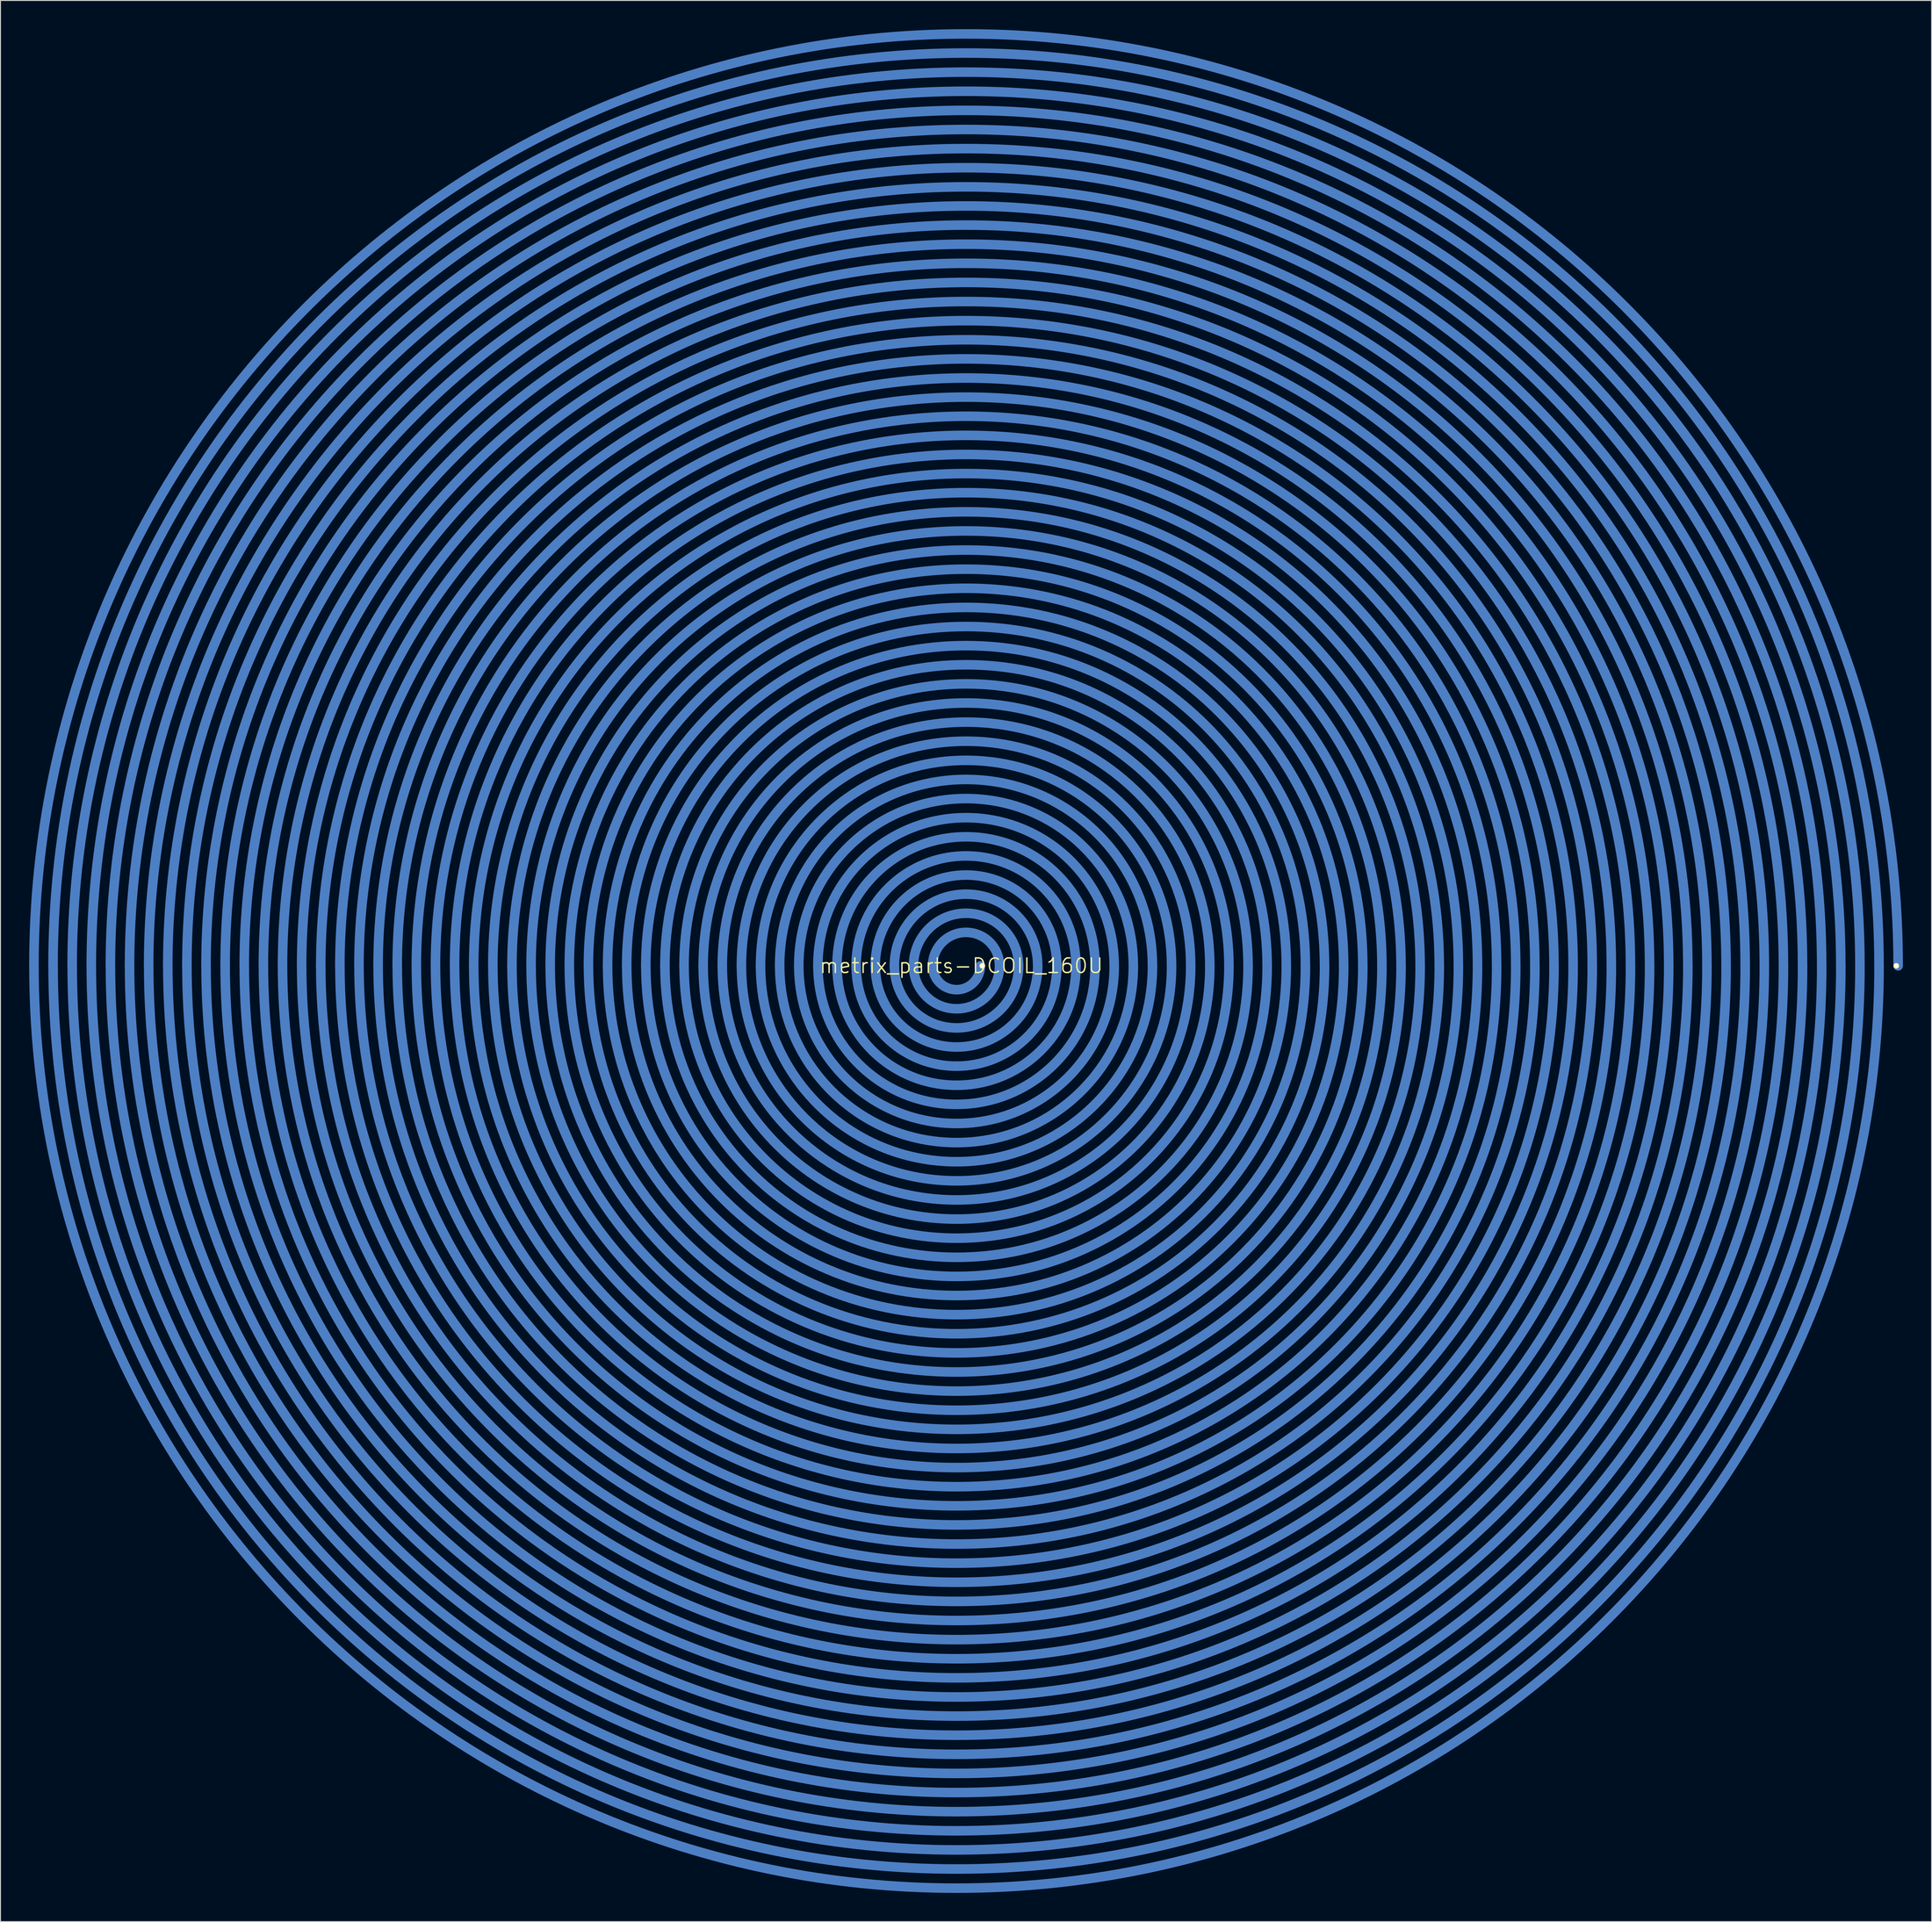
<source format=kicad_pcb>
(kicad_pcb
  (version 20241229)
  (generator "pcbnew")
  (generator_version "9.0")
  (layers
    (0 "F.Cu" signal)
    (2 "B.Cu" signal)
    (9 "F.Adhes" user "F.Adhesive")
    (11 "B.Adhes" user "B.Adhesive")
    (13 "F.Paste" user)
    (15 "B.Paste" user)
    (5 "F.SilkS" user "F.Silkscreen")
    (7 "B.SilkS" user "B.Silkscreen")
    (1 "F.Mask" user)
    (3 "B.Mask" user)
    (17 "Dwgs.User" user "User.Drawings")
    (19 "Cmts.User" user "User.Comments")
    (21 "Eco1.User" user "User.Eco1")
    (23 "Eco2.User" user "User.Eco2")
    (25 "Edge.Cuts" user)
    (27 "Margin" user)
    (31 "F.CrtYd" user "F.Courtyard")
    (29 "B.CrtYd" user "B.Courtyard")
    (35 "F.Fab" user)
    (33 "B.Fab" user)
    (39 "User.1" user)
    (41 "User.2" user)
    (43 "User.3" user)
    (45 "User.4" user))
  (footprint "metrix_parts-DCOIL_160U"
    (layer "F.Cu")
    (at 97.497 97.994)
    (property "Reference" "metrix_parts-DCOIL_160U" (at 0 0 0) (layer "F.SilkS") (effects (font (size 1.524 1.524) (thickness 0.15))))
    (attr through_hole)
    (fp_arc (start -96.9975 0) (mid 0.4978 -97.4953) (end 97.9931 0) (stroke (width 0.9982) (type solid)) (layer "B.Cu"))
    (fp_arc (start -94.9985 0) (mid 0.4978 -95.4963) (end 95.9941 0) (stroke (width 0.9982) (type solid)) (layer "B.Cu"))
    (fp_arc (start -92.9996 0) (mid 0.4978 -93.4974) (end 93.9952 0) (stroke (width 0.9982) (type solid)) (layer "B.Cu"))
    (fp_arc (start -90.998 0) (mid 0.4978 -91.4958) (end 91.9936 0) (stroke (width 0.9982) (type solid)) (layer "B.Cu"))
    (fp_arc (start -88.9991 0) (mid 0.4978 -89.4969) (end 89.9947 0) (stroke (width 0.9982) (type solid)) (layer "B.Cu"))
    (fp_arc (start -86.9975 0) (mid 0.4978 -87.4953) (end 87.9931 0) (stroke (width 0.9982) (type solid)) (layer "B.Cu"))
    (fp_arc (start -84.9986 0) (mid 0.4978 -85.4964) (end 85.9942 0) (stroke (width 0.9982) (type solid)) (layer "B.Cu"))
    (fp_arc (start -82.9996 0) (mid 0.4978 -83.4974) (end 83.9952 0) (stroke (width 0.9982) (type solid)) (layer "B.Cu"))
    (fp_arc (start -80.9981 0) (mid 0.4978 -81.4959) (end 81.9937 0) (stroke (width 0.9982) (type solid)) (layer "B.Cu"))
    (fp_arc (start -78.9991 0) (mid 0.4978 -79.4969) (end 79.9947 0) (stroke (width 0.9982) (type solid)) (layer "B.Cu"))
    (fp_arc (start -76.9976 0) (mid 0.4978 -77.4954) (end 77.9932 0) (stroke (width 0.9982) (type solid)) (layer "B.Cu"))
    (fp_arc (start -74.9986 0) (mid 0.4978 -75.4964) (end 75.9942 0) (stroke (width 0.9982) (type solid)) (layer "B.Cu"))
    (fp_arc (start -72.9996 0) (mid 0.4978 -73.4974) (end 73.9952 0) (stroke (width 0.9982) (type solid)) (layer "B.Cu"))
    (fp_arc (start -70.9981 0) (mid 0.4978 -71.4959) (end 71.9937 0) (stroke (width 0.9982) (type solid)) (layer "B.Cu"))
    (fp_arc (start -68.9991 0) (mid 0.4978 -69.4969) (end 69.9947 0) (stroke (width 0.9982) (type solid)) (layer "B.Cu"))
    (fp_arc (start -66.9976 0) (mid 0.4978 -67.4954) (end 67.9932 0) (stroke (width 0.9982) (type solid)) (layer "B.Cu"))
    (fp_arc (start -64.9986 0) (mid 0.4978 -65.4964) (end 65.9942 0) (stroke (width 0.9982) (type solid)) (layer "B.Cu"))
    (fp_arc (start -62.9996 0) (mid 0.4978 -63.4974) (end 63.9952 0) (stroke (width 0.9982) (type solid)) (layer "B.Cu"))
    (fp_arc (start -60.9981 0) (mid 0.4978 -61.4959) (end 61.9937 0) (stroke (width 0.9982) (type solid)) (layer "B.Cu"))
    (fp_arc (start -58.9991 0) (mid 0.4978 -59.4969) (end 59.9947 0) (stroke (width 0.9982) (type solid)) (layer "B.Cu"))
    (fp_arc (start -56.9976 0) (mid 0.4978 -57.4954) (end 57.9932 0) (stroke (width 0.9982) (type solid)) (layer "B.Cu"))
    (fp_arc (start -54.9986 0) (mid 0.4978 -55.4964) (end 55.9942 0) (stroke (width 0.9982) (type solid)) (layer "B.Cu"))
    (fp_arc (start -52.9996 0) (mid 0.4978 -53.4974) (end 53.9952 0) (stroke (width 0.9982) (type solid)) (layer "B.Cu"))
    (fp_arc (start -50.9981 0) (mid 0.4978 -51.4959) (end 51.9937 0) (stroke (width 0.9982) (type solid)) (layer "B.Cu"))
    (fp_arc (start -48.9991 0) (mid 0.4978 -49.4969) (end 49.9947 0) (stroke (width 0.9982) (type solid)) (layer "B.Cu"))
    (fp_arc (start -46.9976 0) (mid 0.4978 -47.4954) (end 47.9932 0) (stroke (width 0.9982) (type solid)) (layer "B.Cu"))
    (fp_arc (start -44.9986 0) (mid 0.4978 -45.4964) (end 45.9942 0) (stroke (width 0.9982) (type solid)) (layer "B.Cu"))
    (fp_arc (start -42.9997 0) (mid 0.4978 -43.4975) (end 43.9953 0) (stroke (width 0.9982) (type solid)) (layer "B.Cu"))
    (fp_arc (start -40.9981 0) (mid 0.4978 -41.4959) (end 41.9937 0) (stroke (width 0.9982) (type solid)) (layer "B.Cu"))
    (fp_arc (start -38.9992 0) (mid 0.4978 -39.497) (end 39.9948 0) (stroke (width 0.9982) (type solid)) (layer "B.Cu"))
    (fp_arc (start -36.9976 0) (mid 0.4978 -37.4954) (end 37.9932 0) (stroke (width 0.9982) (type solid)) (layer "B.Cu"))
    (fp_arc (start -34.9987 0) (mid 0.4978 -35.4965) (end 35.9943 0) (stroke (width 0.9982) (type solid)) (layer "B.Cu"))
    (fp_arc (start -32.9997 0) (mid 0.4978 -33.4975) (end 33.9953 0) (stroke (width 0.9982) (type solid)) (layer "B.Cu"))
    (fp_arc (start -30.9982 0) (mid 0.4978 -31.496) (end 31.9938 0) (stroke (width 0.9982) (type solid)) (layer "B.Cu"))
    (fp_arc (start -28.9992 0) (mid 0.4978 -29.497) (end 29.9948 0) (stroke (width 0.9982) (type solid)) (layer "B.Cu"))
    (fp_arc (start -26.9977 0) (mid 0.4978 -27.4955) (end 27.9933 0) (stroke (width 0.9982) (type solid)) (layer "B.Cu"))
    (fp_arc (start -24.9987 0) (mid 0.4978 -25.4965) (end 25.9943 0) (stroke (width 0.9982) (type solid)) (layer "B.Cu"))
    (fp_arc (start -22.9997 0) (mid 0.4978 -23.4975) (end 23.9953 0) (stroke (width 0.9982) (type solid)) (layer "B.Cu"))
    (fp_arc (start -20.9982 0) (mid 0.4978 -21.496) (end 21.9938 0) (stroke (width 0.9982) (type solid)) (layer "B.Cu"))
    (fp_arc (start -18.9992 0) (mid 0.4978 -19.497) (end 19.9948 0) (stroke (width 0.9982) (type solid)) (layer "B.Cu"))
    (fp_arc (start -16.9977 0) (mid 0.4978 -17.4955) (end 17.9933 0) (stroke (width 0.9982) (type solid)) (layer "B.Cu"))
    (fp_arc (start -14.9987 0) (mid 0.4978 -15.4965) (end 15.9943 0) (stroke (width 0.9982) (type solid)) (layer "B.Cu"))
    (fp_arc (start -12.9997 0) (mid 0.4978 -13.4975) (end 13.9953 0) (stroke (width 0.9982) (type solid)) (layer "B.Cu"))
    (fp_arc (start -10.9982 0) (mid 0.4978 -11.496) (end 11.9938 0) (stroke (width 0.9982) (type solid)) (layer "B.Cu"))
    (fp_arc (start -8.9992 0) (mid 0.4978 -9.497) (end 9.9948 0) (stroke (width 0.9982) (type solid)) (layer "B.Cu"))
    (fp_arc (start -6.9977 0) (mid 0.4978 -7.4955) (end 7.9933 0) (stroke (width 0.9982) (type solid)) (layer "B.Cu"))
    (fp_arc (start -4.9987 0) (mid 0.4978 -5.4965) (end 5.9943 0) (stroke (width 0.9982) (type solid)) (layer "B.Cu"))
    (fp_arc (start -2.9997 0) (mid 0.4978 -3.4975) (end 3.9953 0) (stroke (width 0.9982) (type solid)) (layer "B.Cu"))
    (fp_arc (start 1.999 0) (mid -0.4978 2.4968) (end -2.9946 0) (stroke (width 0.9982) (type solid)) (layer "B.Cu"))
    (fp_arc (start 3.998 0) (mid -0.4978 4.4958) (end -4.9936 0) (stroke (width 0.9982) (type solid)) (layer "B.Cu"))
    (fp_arc (start 5.9995 0) (mid -0.4978 6.4973) (end -6.9951 0) (stroke (width 0.9982) (type solid)) (layer "B.Cu"))
    (fp_arc (start 7.9985 0) (mid -0.4978 8.4963) (end -8.9941 0) (stroke (width 0.9982) (type solid)) (layer "B.Cu"))
    (fp_arc (start 10 0) (mid -0.4978 10.4978) (end -10.9956 0) (stroke (width 0.9982) (type solid)) (layer "B.Cu"))
    (fp_arc (start 11.999 0) (mid -0.4978 12.4968) (end -12.9946 0) (stroke (width 0.9982) (type solid)) (layer "B.Cu"))
    (fp_arc (start 13.9979 0) (mid -0.4978 14.4957) (end -14.9935 0) (stroke (width 0.9982) (type solid)) (layer "B.Cu"))
    (fp_arc (start 15.9995 0) (mid -0.4978 16.4973) (end -16.9951 0) (stroke (width 0.9982) (type solid)) (layer "B.Cu"))
    (fp_arc (start 17.9984 0) (mid -0.4978 18.4962) (end -18.994 0) (stroke (width 0.9982) (type solid)) (layer "B.Cu"))
    (fp_arc (start 20 0) (mid -0.4978 20.4978) (end -20.9956 0) (stroke (width 0.9982) (type solid)) (layer "B.Cu"))
    (fp_arc (start 21.9989 0) (mid -0.4978 22.4967) (end -22.9945 0) (stroke (width 0.9982) (type solid)) (layer "B.Cu"))
    (fp_arc (start 23.9979 0) (mid -0.4978 24.4957) (end -24.9935 0) (stroke (width 0.9982) (type solid)) (layer "B.Cu"))
    (fp_arc (start 25.9994 0) (mid -0.4978 26.4972) (end -26.995 0) (stroke (width 0.9982) (type solid)) (layer "B.Cu"))
    (fp_arc (start 27.9984 0) (mid -0.4978 28.4962) (end -28.994 0) (stroke (width 0.9982) (type solid)) (layer "B.Cu"))
    (fp_arc (start 29.9999 0) (mid -0.4978 30.4977) (end -30.9955 0) (stroke (width 0.9982) (type solid)) (layer "B.Cu"))
    (fp_arc (start 31.9989 0) (mid -0.4978 32.4967) (end -32.9945 0) (stroke (width 0.9982) (type solid)) (layer "B.Cu"))
    (fp_arc (start 33.9979 0) (mid -0.4978 34.4957) (end -34.9935 0) (stroke (width 0.9982) (type solid)) (layer "B.Cu"))
    (fp_arc (start 35.9994 0) (mid -0.4978 36.4972) (end -36.995 0) (stroke (width 0.9982) (type solid)) (layer "B.Cu"))
    (fp_arc (start 37.9984 0) (mid -0.4978 38.4962) (end -38.994 0) (stroke (width 0.9982) (type solid)) (layer "B.Cu"))
    (fp_arc (start 39.9999 0) (mid -0.4978 40.4977) (end -40.9955 0) (stroke (width 0.9982) (type solid)) (layer "B.Cu"))
    (fp_arc (start 41.9989 0) (mid -0.4978 42.4967) (end -42.9945 0) (stroke (width 0.9982) (type solid)) (layer "B.Cu"))
    (fp_arc (start 43.9979 0) (mid -0.4978 44.4957) (end -44.9935 0) (stroke (width 0.9982) (type solid)) (layer "B.Cu"))
    (fp_arc (start 45.9994 0) (mid -0.4978 46.4972) (end -46.995 0) (stroke (width 0.9982) (type solid)) (layer "B.Cu"))
    (fp_arc (start 47.9984 0) (mid -0.4978 48.4962) (end -48.994 0) (stroke (width 0.9982) (type solid)) (layer "B.Cu"))
    (fp_arc (start 49.9999 0) (mid -0.4978 50.4977) (end -50.9955 0) (stroke (width 0.9982) (type solid)) (layer "B.Cu"))
    (fp_arc (start 51.9989 0) (mid -0.4978 52.4967) (end -52.9945 0) (stroke (width 0.9982) (type solid)) (layer "B.Cu"))
    (fp_arc (start 53.9979 0) (mid -0.4978 54.4957) (end -54.9935 0) (stroke (width 0.9982) (type solid)) (layer "B.Cu"))
    (fp_arc (start 55.9994 0) (mid -0.4978 56.4972) (end -56.995 0) (stroke (width 0.9982) (type solid)) (layer "B.Cu"))
    (fp_arc (start 57.9984 0) (mid -0.4978 58.4962) (end -58.994 0) (stroke (width 0.9982) (type solid)) (layer "B.Cu"))
    (fp_arc (start 59.9999 0) (mid -0.4978 60.4977) (end -60.9955 0) (stroke (width 0.9982) (type solid)) (layer "B.Cu"))
    (fp_arc (start 61.9989 0) (mid -0.4978 62.4967) (end -62.9945 0) (stroke (width 0.9982) (type solid)) (layer "B.Cu"))
    (fp_arc (start 63.9978 0) (mid -0.4978 64.4956) (end -64.9934 0) (stroke (width 0.9982) (type solid)) (layer "B.Cu"))
    (fp_arc (start 65.9994 0) (mid -0.4978 66.4972) (end -66.995 0) (stroke (width 0.9982) (type solid)) (layer "B.Cu"))
    (fp_arc (start 67.9983 0) (mid -0.4978 68.4961) (end -68.9939 0) (stroke (width 0.9982) (type solid)) (layer "B.Cu"))
    (fp_arc (start 69.9999 0) (mid -0.4978 70.4977) (end -70.9955 0) (stroke (width 0.9982) (type solid)) (layer "B.Cu"))
    (fp_arc (start 71.9988 0) (mid -0.4978 72.4966) (end -72.9944 0) (stroke (width 0.9982) (type solid)) (layer "B.Cu"))
    (fp_arc (start 73.9978 0) (mid -0.4978 74.4956) (end -74.9934 0) (stroke (width 0.9982) (type solid)) (layer "B.Cu"))
    (fp_arc (start 75.9993 0) (mid -0.4978 76.4971) (end -76.9949 0) (stroke (width 0.9982) (type solid)) (layer "B.Cu"))
    (fp_arc (start 77.9983 0) (mid -0.4978 78.4961) (end -78.9939 0) (stroke (width 0.9982) (type solid)) (layer "B.Cu"))
    (fp_arc (start 79.9998 0) (mid -0.4978 80.4976) (end -80.9954 0) (stroke (width 0.9982) (type solid)) (layer "B.Cu"))
    (fp_arc (start 81.9988 0) (mid -0.4978 82.4966) (end -82.9944 0) (stroke (width 0.9982) (type solid)) (layer "B.Cu"))
    (fp_arc (start 83.9978 0) (mid -0.4978 84.4956) (end -84.9934 0) (stroke (width 0.9982) (type solid)) (layer "B.Cu"))
    (fp_arc (start 85.9993 0) (mid -0.4978 86.4971) (end -86.9949 0) (stroke (width 0.9982) (type solid)) (layer "B.Cu"))
    (fp_arc (start 87.9983 0) (mid -0.4978 88.4961) (end -88.9939 0) (stroke (width 0.9982) (type solid)) (layer "B.Cu"))
    (fp_arc (start 89.9998 0) (mid -0.4978 90.4976) (end -90.9954 0) (stroke (width 0.9982) (type solid)) (layer "B.Cu"))
    (fp_arc (start 91.9988 0) (mid -0.4978 92.4966) (end -92.9944 0) (stroke (width 0.9982) (type solid)) (layer "B.Cu"))
    (fp_arc (start 93.9978 0) (mid -0.4978 94.4956) (end -94.9934 0) (stroke (width 0.9982) (type solid)) (layer "B.Cu"))
    (fp_arc (start 95.9993 0) (mid -0.4978 96.4971) (end -96.9949 0) (stroke (width 0.9982) (type solid)) (layer "B.Cu"))
    (pad "P$1" thru_hole circle (at 2.2 0) (size 0.599 0.599) (drill 0.399) (layers "*.Cu" "F.Mask" "F.SilkS" "F.Paste"))
    (pad "P$2" thru_hole circle (at 97.798 0) (size 0.599 0.599) (drill 0.399) (layers "*.Cu" "F.Mask" "F.SilkS" "F.Paste")))
  (gr_rect
    (start -3 -3)
    (end 198.989 197.991)
    (stroke (width 0.1) (type default))
    (fill no)
    (layer "Edge.Cuts")))
</source>
